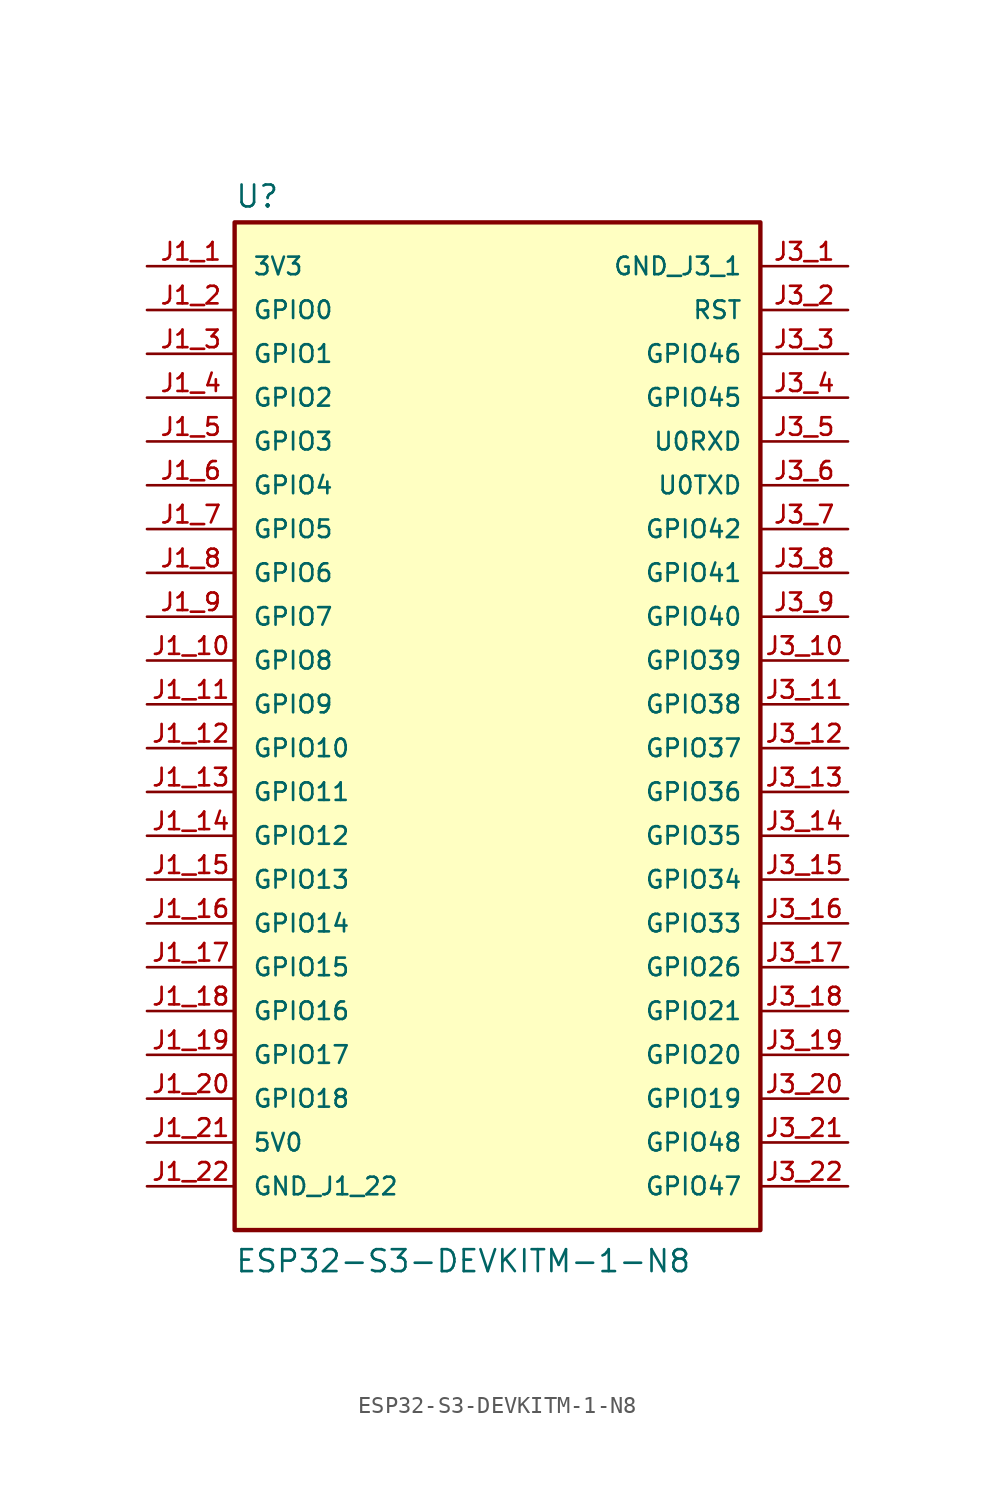
<source format=kicad_sym>
(kicad_symbol_lib
  (version 20211014)
  (generator kicad_symbol_editor)
  (symbol "ESP32-S3-DEVKITM-1-N8"
    (pin_names
      (offset 1.016))
    (property "Reference" "U"
      (at -15.24 31.242 0)
      (effects (font (size 1.27 1.27)) (justify bottom left)))
    (property "Value" "ESP32-S3-DEVKITM-1-N8"
      (at -15.24 -30.48 0)
      (effects (font (size 1.27 1.27)) (justify bottom left)))
    (symbol "ESP32-S3-DEVKITM-1-N8_0_0"
      (rectangle (start -15.24 -27.94) (end 15.24 30.48) (stroke (width 0.254)) (fill (type background)))
      (pin power_in line (at -20.32 27.94 0) (length 5.08) (name "3V3" (effects (font (size 1.016 1.016)))) (number "J1_1" (effects (font (size 1.016 1.016)))))
      (pin power_in line (at -20.32 -22.86 0) (length 5.08) (name "5V0" (effects (font (size 1.016 1.016)))) (number "J1_21" (effects (font (size 1.016 1.016)))))
      (pin power_in line (at -20.32 -25.4 0) (length 5.08) (name "GND_J1_22" (effects (font (size 1.016 1.016)))) (number "J1_22" (effects (font (size 1.016 1.016)))))
      (pin bidirectional line (at -20.32 25.4 0) (length 5.08) (name "GPIO0" (effects (font (size 1.016 1.016)))) (number "J1_2" (effects (font (size 1.016 1.016)))))
      (pin bidirectional line (at -20.32 22.86 0) (length 5.08) (name "GPIO1" (effects (font (size 1.016 1.016)))) (number "J1_3" (effects (font (size 1.016 1.016)))))
      (pin bidirectional line (at -20.32 20.32 0) (length 5.08) (name "GPIO2" (effects (font (size 1.016 1.016)))) (number "J1_4" (effects (font (size 1.016 1.016)))))
      (pin bidirectional line (at -20.32 17.78 0) (length 5.08) (name "GPIO3" (effects (font (size 1.016 1.016)))) (number "J1_5" (effects (font (size 1.016 1.016)))))
      (pin bidirectional line (at -20.32 15.24 0) (length 5.08) (name "GPIO4" (effects (font (size 1.016 1.016)))) (number "J1_6" (effects (font (size 1.016 1.016)))))
      (pin bidirectional line (at -20.32 12.7 0) (length 5.08) (name "GPIO5" (effects (font (size 1.016 1.016)))) (number "J1_7" (effects (font (size 1.016 1.016)))))
      (pin bidirectional line (at -20.32 10.16 0) (length 5.08) (name "GPIO6" (effects (font (size 1.016 1.016)))) (number "J1_8" (effects (font (size 1.016 1.016)))))
      (pin bidirectional line (at -20.32 7.62 0) (length 5.08) (name "GPIO7" (effects (font (size 1.016 1.016)))) (number "J1_9" (effects (font (size 1.016 1.016)))))
      (pin bidirectional line (at -20.32 5.08 0) (length 5.08) (name "GPIO8" (effects (font (size 1.016 1.016)))) (number "J1_10" (effects (font (size 1.016 1.016)))))
      (pin bidirectional line (at -20.32 2.54 0) (length 5.08) (name "GPIO9" (effects (font (size 1.016 1.016)))) (number "J1_11" (effects (font (size 1.016 1.016)))))
      (pin bidirectional line (at -20.32 0.0 0) (length 5.08) (name "GPIO10" (effects (font (size 1.016 1.016)))) (number "J1_12" (effects (font (size 1.016 1.016)))))
      (pin bidirectional line (at -20.32 -2.54 0) (length 5.08) (name "GPIO11" (effects (font (size 1.016 1.016)))) (number "J1_13" (effects (font (size 1.016 1.016)))))
      (pin bidirectional line (at -20.32 -5.08 0) (length 5.08) (name "GPIO12" (effects (font (size 1.016 1.016)))) (number "J1_14" (effects (font (size 1.016 1.016)))))
      (pin bidirectional line (at -20.32 -7.62 0) (length 5.08) (name "GPIO13" (effects (font (size 1.016 1.016)))) (number "J1_15" (effects (font (size 1.016 1.016)))))
      (pin bidirectional line (at -20.32 -10.16 0) (length 5.08) (name "GPIO14" (effects (font (size 1.016 1.016)))) (number "J1_16" (effects (font (size 1.016 1.016)))))
      (pin bidirectional line (at -20.32 -12.7 0) (length 5.08) (name "GPIO15" (effects (font (size 1.016 1.016)))) (number "J1_17" (effects (font (size 1.016 1.016)))))
      (pin bidirectional line (at -20.32 -15.24 0) (length 5.08) (name "GPIO16" (effects (font (size 1.016 1.016)))) (number "J1_18" (effects (font (size 1.016 1.016)))))
      (pin bidirectional line (at -20.32 -17.78 0) (length 5.08) (name "GPIO17" (effects (font (size 1.016 1.016)))) (number "J1_19" (effects (font (size 1.016 1.016)))))
      (pin bidirectional line (at -20.32 -20.32 0) (length 5.08) (name "GPIO18" (effects (font (size 1.016 1.016)))) (number "J1_20" (effects (font (size 1.016 1.016)))))
      (pin power_in line (at 20.32 27.94 180.0) (length 5.08) (name "GND_J3_1" (effects (font (size 1.016 1.016)))) (number "J3_1" (effects (font (size 1.016 1.016)))))
      (pin input line (at 20.32 25.4 180.0) (length 5.08) (name "RST" (effects (font (size 1.016 1.016)))) (number "J3_2" (effects (font (size 1.016 1.016)))))
      (pin bidirectional line (at 20.32 22.86 180.0) (length 5.08) (name "GPIO46" (effects (font (size 1.016 1.016)))) (number "J3_3" (effects (font (size 1.016 1.016)))))
      (pin bidirectional line (at 20.32 20.32 180.0) (length 5.08) (name "GPIO45" (effects (font (size 1.016 1.016)))) (number "J3_4" (effects (font (size 1.016 1.016)))))
      (pin bidirectional line (at 20.32 17.78 180.0) (length 5.08) (name "U0RXD" (effects (font (size 1.016 1.016)))) (number "J3_5" (effects (font (size 1.016 1.016)))))
      (pin bidirectional line (at 20.32 15.24 180.0) (length 5.08) (name "U0TXD" (effects (font (size 1.016 1.016)))) (number "J3_6" (effects (font (size 1.016 1.016)))))
      (pin bidirectional line (at 20.32 12.7 180.0) (length 5.08) (name "GPIO42" (effects (font (size 1.016 1.016)))) (number "J3_7" (effects (font (size 1.016 1.016)))))
      (pin bidirectional line (at 20.32 10.16 180.0) (length 5.08) (name "GPIO41" (effects (font (size 1.016 1.016)))) (number "J3_8" (effects (font (size 1.016 1.016)))))
      (pin bidirectional line (at 20.32 7.62 180.0) (length 5.08) (name "GPIO40" (effects (font (size 1.016 1.016)))) (number "J3_9" (effects (font (size 1.016 1.016)))))
      (pin bidirectional line (at 20.32 5.08 180.0) (length 5.08) (name "GPIO39" (effects (font (size 1.016 1.016)))) (number "J3_10" (effects (font (size 1.016 1.016)))))
      (pin bidirectional line (at 20.32 2.54 180.0) (length 5.08) (name "GPIO38" (effects (font (size 1.016 1.016)))) (number "J3_11" (effects (font (size 1.016 1.016)))))
      (pin bidirectional line (at 20.32 0.0 180.0) (length 5.08) (name "GPIO37" (effects (font (size 1.016 1.016)))) (number "J3_12" (effects (font (size 1.016 1.016)))))
      (pin bidirectional line (at 20.32 -2.54 180.0) (length 5.08) (name "GPIO36" (effects (font (size 1.016 1.016)))) (number "J3_13" (effects (font (size 1.016 1.016)))))
      (pin bidirectional line (at 20.32 -5.08 180.0) (length 5.08) (name "GPIO35" (effects (font (size 1.016 1.016)))) (number "J3_14" (effects (font (size 1.016 1.016)))))
      (pin bidirectional line (at 20.32 -7.62 180.0) (length 5.08) (name "GPIO34" (effects (font (size 1.016 1.016)))) (number "J3_15" (effects (font (size 1.016 1.016)))))
      (pin bidirectional line (at 20.32 -10.16 180.0) (length 5.08) (name "GPIO33" (effects (font (size 1.016 1.016)))) (number "J3_16" (effects (font (size 1.016 1.016)))))
      (pin bidirectional line (at 20.32 -12.7 180.0) (length 5.08) (name "GPIO26" (effects (font (size 1.016 1.016)))) (number "J3_17" (effects (font (size 1.016 1.016)))))
      (pin bidirectional line (at 20.32 -15.24 180.0) (length 5.08) (name "GPIO21" (effects (font (size 1.016 1.016)))) (number "J3_18" (effects (font (size 1.016 1.016)))))
      (pin bidirectional line (at 20.32 -17.78 180.0) (length 5.08) (name "GPIO20" (effects (font (size 1.016 1.016)))) (number "J3_19" (effects (font (size 1.016 1.016)))))
      (pin bidirectional line (at 20.32 -20.32 180.0) (length 5.08) (name "GPIO19" (effects (font (size 1.016 1.016)))) (number "J3_20" (effects (font (size 1.016 1.016)))))
      (pin bidirectional line (at 20.32 -22.86 180.0) (length 5.08) (name "GPIO48" (effects (font (size 1.016 1.016)))) (number "J3_21" (effects (font (size 1.016 1.016)))))
      (pin bidirectional line (at 20.32 -25.4 180.0) (length 5.08) (name "GPIO47" (effects (font (size 1.016 1.016)))) (number "J3_22" (effects (font (size 1.016 1.016))))))))
</source>
